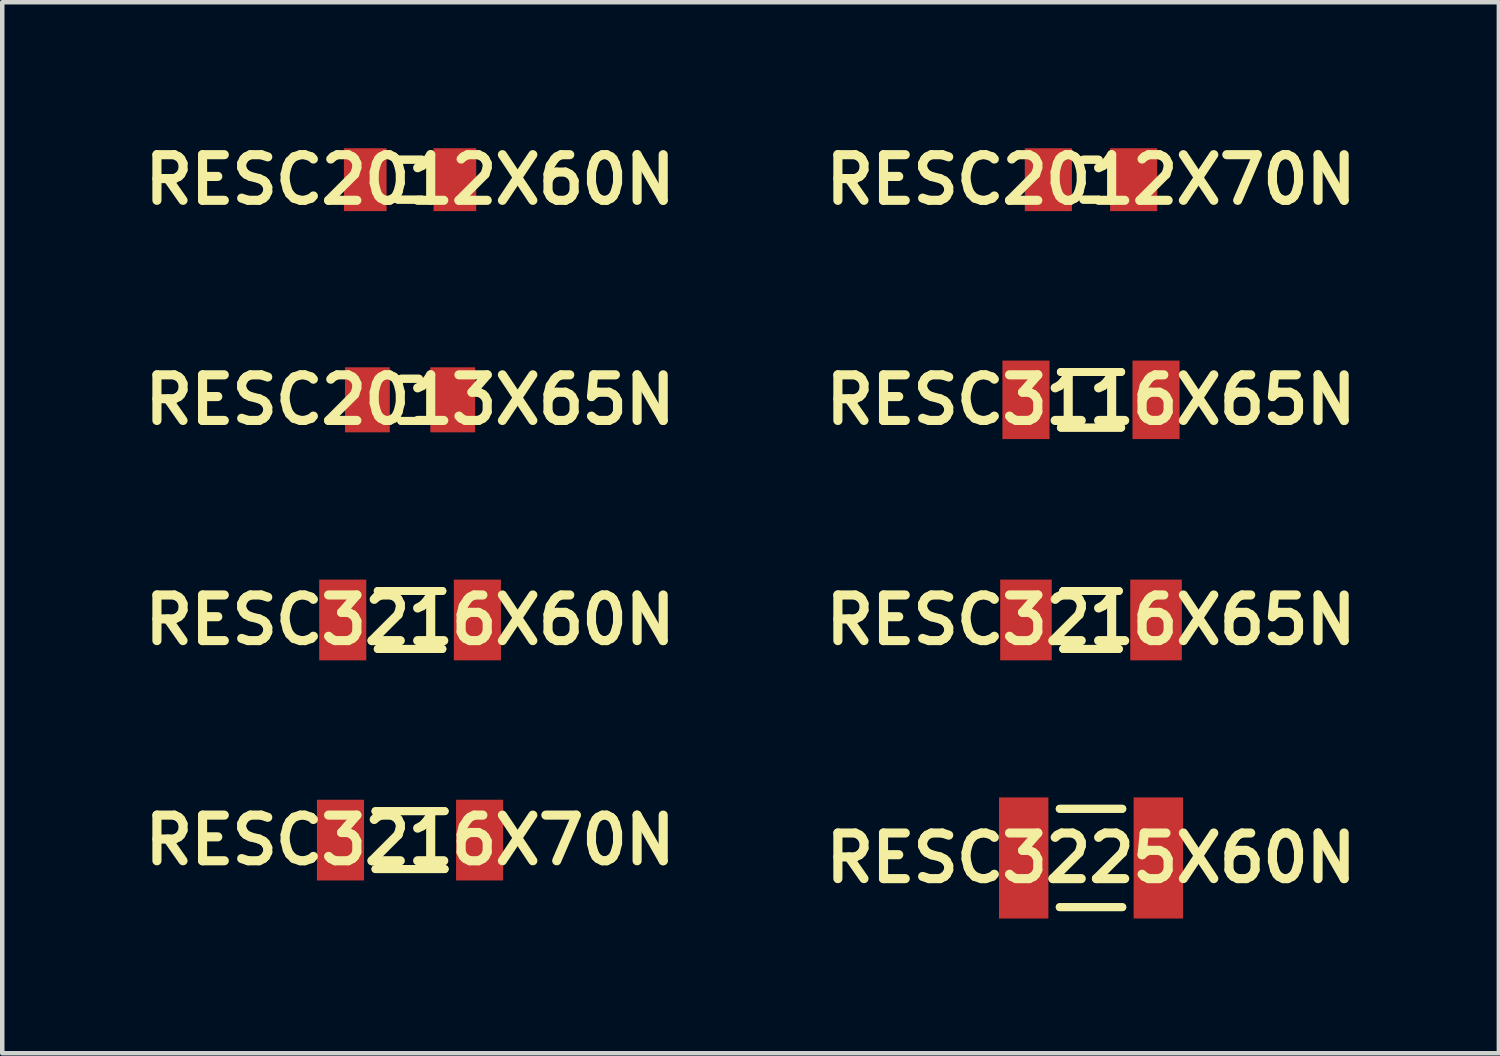
<source format=kicad_pcb>
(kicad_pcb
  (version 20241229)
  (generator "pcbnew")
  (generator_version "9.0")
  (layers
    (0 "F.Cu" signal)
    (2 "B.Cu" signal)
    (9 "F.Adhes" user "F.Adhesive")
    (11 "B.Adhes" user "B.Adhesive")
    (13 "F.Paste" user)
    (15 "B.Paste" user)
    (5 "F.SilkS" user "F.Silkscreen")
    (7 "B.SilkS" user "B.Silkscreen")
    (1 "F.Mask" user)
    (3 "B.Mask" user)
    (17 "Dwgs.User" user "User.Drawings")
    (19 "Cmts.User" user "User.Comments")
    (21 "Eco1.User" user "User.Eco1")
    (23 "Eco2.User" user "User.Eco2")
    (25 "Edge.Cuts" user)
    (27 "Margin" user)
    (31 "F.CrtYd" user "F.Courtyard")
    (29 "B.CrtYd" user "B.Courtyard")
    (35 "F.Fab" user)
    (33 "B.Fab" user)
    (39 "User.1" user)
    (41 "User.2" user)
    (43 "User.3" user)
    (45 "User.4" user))
  (footprint "RESC3216X65N"
    (layer "F.Cu")
    (at 21.244 10.755)
    (property "Reference" "RESC3216X65N" (at 0 0 0) (layer "F.SilkS") (effects (font (size 1.016 1.016) (thickness 0.203))))
    (attr smd)
    (fp_line (start -0.62 -0.645) (end 0.62 -0.645) (stroke (width 0.178) (type solid)) (layer "F.SilkS"))
    (fp_line (start -0.62 0.645) (end 0.62 0.645) (stroke (width 0.178) (type solid)) (layer "F.SilkS"))
    (fp_line (start 0.62 -0.645) (end -0.62 -0.645) (stroke (width 0.178) (type solid)) (layer "F.SilkS"))
    (fp_line (start 0.62 0.645) (end -0.62 0.645) (stroke (width 0.178) (type solid)) (layer "F.SilkS"))
    (pad "1" smd rect (at -1.448 0) (size 1.148 1.798) (layers "F.Cu" "F.Mask" "F.Paste"))
    (pad "2" smd rect (at 1.448 0) (size 1.148 1.798) (layers "F.Cu" "F.Mask" "F.Paste")))
  (footprint "RESC2012X70N"
    (layer "F.Cu")
    (at 21.244 0.951)
    (property "Reference" "RESC2012X70N" (at 0 0 0) (layer "F.SilkS") (effects (font (size 1.016 1.016) (thickness 0.203))))
    (attr smd)
    (fp_line (start -0.17 -0.445) (end 0.17 -0.445) (stroke (width 0.178) (type solid)) (layer "F.SilkS"))
    (fp_line (start -0.17 0.445) (end 0.17 0.445) (stroke (width 0.178) (type solid)) (layer "F.SilkS"))
    (fp_line (start 0.17 -0.445) (end -0.17 -0.445) (stroke (width 0.178) (type solid)) (layer "F.SilkS"))
    (fp_line (start 0.17 0.445) (end -0.17 0.445) (stroke (width 0.178) (type solid)) (layer "F.SilkS"))
    (pad "1" smd rect (at -0.95 0) (size 1.049 1.4) (layers "F.Cu" "F.Mask" "F.Paste"))
    (pad "2" smd rect (at 0.95 0) (size 1.049 1.4) (layers "F.Cu" "F.Mask" "F.Paste")))
  (footprint "RESC3116X65N"
    (layer "F.Cu")
    (at 21.244 5.853)
    (property "Reference" "RESC3116X65N" (at 0 0 0) (layer "F.SilkS") (effects (font (size 1.016 1.016) (thickness 0.203))))
    (attr smd)
    (fp_line (start -0.671 -0.62) (end 0.671 -0.62) (stroke (width 0.178) (type solid)) (layer "F.SilkS"))
    (fp_line (start -0.671 0.62) (end 0.671 0.62) (stroke (width 0.178) (type solid)) (layer "F.SilkS"))
    (fp_line (start 0.671 -0.62) (end -0.671 -0.62) (stroke (width 0.178) (type solid)) (layer "F.SilkS"))
    (fp_line (start 0.671 0.62) (end -0.671 0.62) (stroke (width 0.178) (type solid)) (layer "F.SilkS"))
    (pad "1" smd rect (at -1.448 0) (size 1.049 1.748) (layers "F.Cu" "F.Mask" "F.Paste"))
    (pad "2" smd rect (at 1.448 0) (size 1.049 1.748) (layers "F.Cu" "F.Mask" "F.Paste")))
  (footprint "RESC3225X60N"
    (layer "F.Cu")
    (at 21.244 16.055)
    (property "Reference" "RESC3225X60N" (at 0 0 0) (layer "F.SilkS") (effects (font (size 1.016 1.016) (thickness 0.203))))
    (attr smd)
    (fp_line (start -0.696 -1.095) (end 0.696 -1.095) (stroke (width 0.178) (type solid)) (layer "F.SilkS"))
    (fp_line (start -0.696 1.095) (end 0.696 1.095) (stroke (width 0.178) (type solid)) (layer "F.SilkS"))
    (fp_line (start 0.696 -1.095) (end -0.696 -1.095) (stroke (width 0.178) (type solid)) (layer "F.SilkS"))
    (fp_line (start 0.696 1.095) (end -0.696 1.095) (stroke (width 0.178) (type solid)) (layer "F.SilkS"))
    (pad "1" smd rect (at -1.499 0) (size 1.1 2.697) (layers "F.Cu" "F.Mask" "F.Paste"))
    (pad "2" smd rect (at 1.499 0) (size 1.1 2.697) (layers "F.Cu" "F.Mask" "F.Paste")))
  (footprint "RESC2013X65N"
    (layer "F.Cu")
    (at 6.081 5.853)
    (property "Reference" "RESC2013X65N" (at 0 0 0) (layer "F.SilkS") (effects (font (size 1.016 1.016) (thickness 0.203))))
    (attr smd)
    (fp_line (start -0.196 -0.47) (end 0.196 -0.47) (stroke (width 0.178) (type solid)) (layer "F.SilkS"))
    (fp_line (start -0.196 0.47) (end 0.196 0.47) (stroke (width 0.178) (type solid)) (layer "F.SilkS"))
    (fp_line (start 0.196 -0.47) (end -0.196 -0.47) (stroke (width 0.178) (type solid)) (layer "F.SilkS"))
    (fp_line (start 0.196 0.47) (end -0.196 0.47) (stroke (width 0.178) (type solid)) (layer "F.SilkS"))
    (pad "1" smd rect (at -0.95 0) (size 0.998 1.448) (layers "F.Cu" "F.Mask" "F.Paste"))
    (pad "2" smd rect (at 0.95 0) (size 0.998 1.448) (layers "F.Cu" "F.Mask" "F.Paste")))
  (footprint "RESC2012X60N"
    (layer "F.Cu")
    (at 6.081 0.951)
    (property "Reference" "RESC2012X60N" (at 0 0 0) (layer "F.SilkS") (effects (font (size 1.016 1.016) (thickness 0.203))))
    (attr smd)
    (fp_line (start -0.269 -0.445) (end 0.269 -0.445) (stroke (width 0.178) (type solid)) (layer "F.SilkS"))
    (fp_line (start -0.269 0.445) (end 0.269 0.445) (stroke (width 0.178) (type solid)) (layer "F.SilkS"))
    (fp_line (start 0.269 -0.445) (end -0.269 -0.445) (stroke (width 0.178) (type solid)) (layer "F.SilkS"))
    (fp_line (start 0.269 0.445) (end -0.269 0.445) (stroke (width 0.178) (type solid)) (layer "F.SilkS"))
    (pad "1" smd rect (at -0.998 0) (size 0.95 1.4) (layers "F.Cu" "F.Mask" "F.Paste"))
    (pad "2" smd rect (at 0.998 0) (size 0.95 1.4) (layers "F.Cu" "F.Mask" "F.Paste")))
  (footprint "RESC3216X60N"
    (layer "F.Cu")
    (at 6.081 10.755)
    (property "Reference" "RESC3216X60N" (at 0 0 0) (layer "F.SilkS") (effects (font (size 1.016 1.016) (thickness 0.203))))
    (attr smd)
    (fp_line (start -0.719 -0.645) (end 0.719 -0.645) (stroke (width 0.178) (type solid)) (layer "F.SilkS"))
    (fp_line (start -0.719 0.645) (end 0.719 0.645) (stroke (width 0.178) (type solid)) (layer "F.SilkS"))
    (fp_line (start 0.719 -0.645) (end -0.719 -0.645) (stroke (width 0.178) (type solid)) (layer "F.SilkS"))
    (fp_line (start 0.719 0.645) (end -0.719 0.645) (stroke (width 0.178) (type solid)) (layer "F.SilkS"))
    (pad "1" smd rect (at -1.499 0) (size 1.049 1.798) (layers "F.Cu" "F.Mask" "F.Paste"))
    (pad "2" smd rect (at 1.499 0) (size 1.049 1.798) (layers "F.Cu" "F.Mask" "F.Paste")))
  (footprint "RESC3216X70N"
    (layer "F.Cu")
    (at 6.081 15.657)
    (property "Reference" "RESC3216X70N" (at 0 0 0) (layer "F.SilkS") (effects (font (size 1.016 1.016) (thickness 0.203))))
    (attr smd)
    (fp_line (start -0.77 -0.645) (end 0.77 -0.645) (stroke (width 0.178) (type solid)) (layer "F.SilkS"))
    (fp_line (start -0.77 0.645) (end 0.77 0.645) (stroke (width 0.178) (type solid)) (layer "F.SilkS"))
    (fp_line (start 0.77 -0.645) (end -0.77 -0.645) (stroke (width 0.178) (type solid)) (layer "F.SilkS"))
    (fp_line (start 0.77 0.645) (end -0.77 0.645) (stroke (width 0.178) (type solid)) (layer "F.SilkS"))
    (pad "1" smd rect (at -1.549 0) (size 1.049 1.798) (layers "F.Cu" "F.Mask" "F.Paste"))
    (pad "2" smd rect (at 1.549 0) (size 1.049 1.798) (layers "F.Cu" "F.Mask" "F.Paste")))
  (gr_rect
    (start -3 -3)
    (end 30.326 20.403)
    (stroke (width 0.1) (type default))
    (fill no)
    (layer "Edge.Cuts")))
</source>
